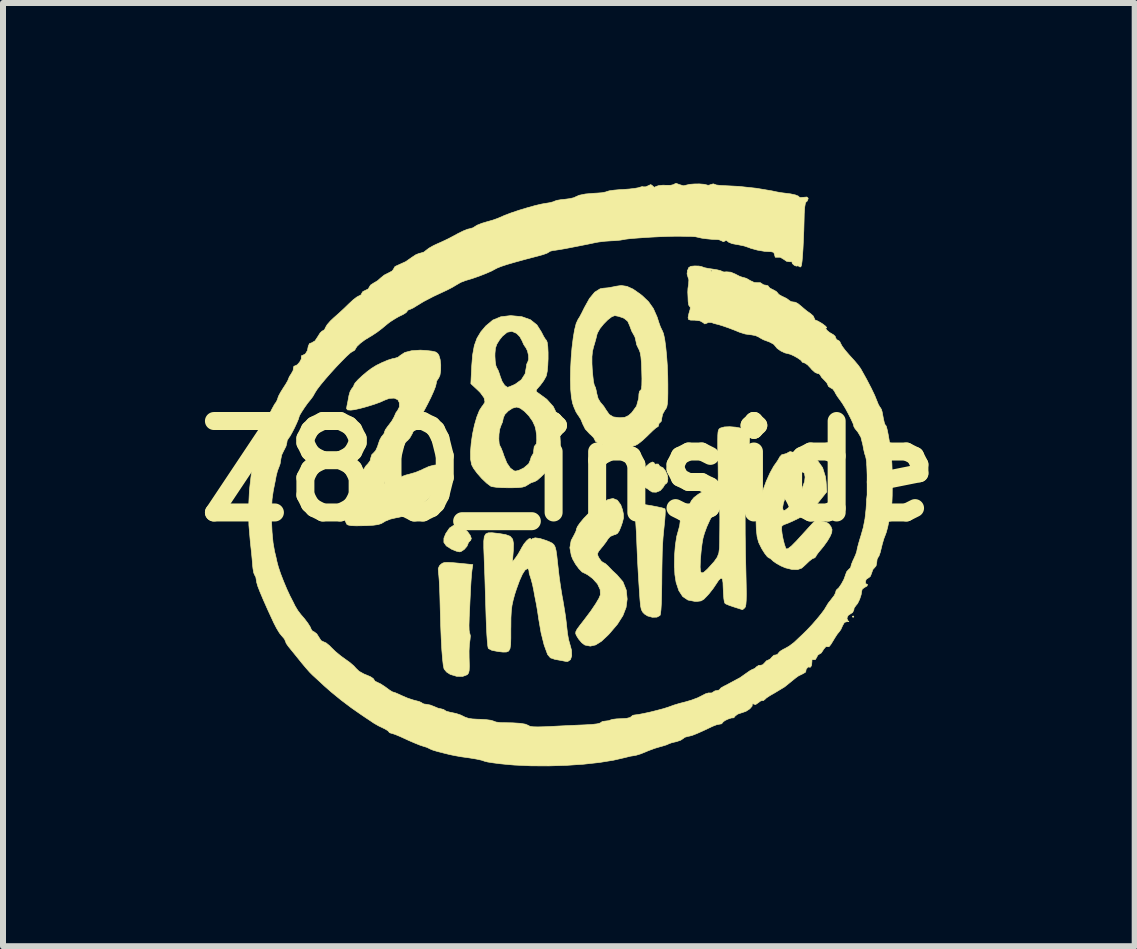
<source format=kicad_pcb>
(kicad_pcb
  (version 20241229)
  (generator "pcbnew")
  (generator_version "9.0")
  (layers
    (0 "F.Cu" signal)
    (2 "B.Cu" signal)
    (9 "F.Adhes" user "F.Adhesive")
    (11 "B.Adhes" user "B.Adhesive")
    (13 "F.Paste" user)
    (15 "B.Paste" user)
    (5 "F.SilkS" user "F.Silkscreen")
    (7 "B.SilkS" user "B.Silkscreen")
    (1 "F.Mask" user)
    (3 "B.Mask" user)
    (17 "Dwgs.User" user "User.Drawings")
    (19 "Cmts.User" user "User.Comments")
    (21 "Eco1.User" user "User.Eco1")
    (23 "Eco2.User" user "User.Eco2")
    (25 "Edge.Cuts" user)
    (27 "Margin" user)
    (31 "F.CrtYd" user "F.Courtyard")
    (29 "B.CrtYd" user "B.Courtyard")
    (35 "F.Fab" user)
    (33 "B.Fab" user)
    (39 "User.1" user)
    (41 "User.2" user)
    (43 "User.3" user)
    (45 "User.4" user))
  (footprint "Z80_inside"
    (layer "F.Cu")
    (at 6.43 4.801)
    (property "Reference" "Z80_inside" (at 0 0 0) (layer "F.SilkS") (effects (font (size 1.524 1.524) (thickness 0.3))))
    (attr through_hole)
    (fp_poly (pts (xy 4.75 2.426) (xy 4.737 2.438) (xy 4.724 2.426) (xy 4.737 2.413) (xy 4.75 2.426)) (stroke (width 0.01) (type solid)) (fill yes) (layer "F.SilkS"))
    (fp_poly (pts (xy -1.839 0.907) (xy -1.751 0.954) (xy -1.688 1.009) (xy -1.644 1.07) (xy -1.625 1.123) (xy -1.638 1.158) (xy -1.647 1.163) (xy -1.675 1.192) (xy -1.677 1.202) (xy -1.698 1.253) (xy -1.744 1.306) (xy -1.798 1.341) (xy -1.82 1.346) (xy -1.873 1.335) (xy -1.942 1.307) (xy -1.954 1.302) (xy -2.042 1.246) (xy -2.083 1.188) (xy -2.082 1.117) (xy -2.051 1.041) (xy -1.988 0.948) (xy -1.919 0.903) (xy -1.839 0.907)) (stroke (width 0.01) (type solid)) (fill yes) (layer "F.SilkS"))
    (fp_poly (pts (xy 1.419 -0.143) (xy 1.422 -0.128) (xy 1.441 -0.114) (xy 1.46 -0.118) (xy 1.493 -0.117) (xy 1.499 -0.104) (xy 1.518 -0.078) (xy 1.526 -0.076) (xy 1.571 -0.054) (xy 1.613 0.001) (xy 1.643 0.072) (xy 1.65 0.121) (xy 1.644 0.177) (xy 1.629 0.203) (xy 1.627 0.203) (xy 1.6 0.224) (xy 1.57 0.273) (xy 1.523 0.325) (xy 1.455 0.352) (xy 1.388 0.349) (xy 1.355 0.328) (xy 1.309 0.294) (xy 1.266 0.269) (xy 1.229 0.242) (xy 1.212 0.198) (xy 1.208 0.122) (xy 1.208 0.119) (xy 1.217 0.03) (xy 1.248 -0.035) (xy 1.283 -0.076) (xy 1.343 -0.128) (xy 1.391 -0.152) (xy 1.419 -0.143)) (stroke (width 0.01) (type solid)) (fill yes) (layer "F.SilkS"))
    (fp_poly (pts (xy 1.3 0.564) (xy 1.38 0.577) (xy 1.477 0.596) (xy 1.554 0.613) (xy 1.598 0.627) (xy 1.602 0.63) (xy 1.607 0.662) (xy 1.605 0.731) (xy 1.598 0.825) (xy 1.594 0.864) (xy 1.581 0.992) (xy 1.57 1.106) (xy 1.563 1.218) (xy 1.557 1.336) (xy 1.554 1.473) (xy 1.551 1.639) (xy 1.549 1.844) (xy 1.549 1.867) (xy 1.546 2.049) (xy 1.542 2.199) (xy 1.535 2.312) (xy 1.526 2.384) (xy 1.519 2.406) (xy 1.467 2.434) (xy 1.391 2.436) (xy 1.312 2.414) (xy 1.26 2.381) (xy 1.229 2.348) (xy 1.208 2.307) (xy 1.195 2.246) (xy 1.186 2.152) (xy 1.182 2.095) (xy 1.168 1.885) (xy 1.157 1.707) (xy 1.148 1.544) (xy 1.14 1.377) (xy 1.132 1.188) (xy 1.131 1.156) (xy 1.125 1.019) (xy 1.117 0.895) (xy 1.11 0.794) (xy 1.104 0.729) (xy 1.102 0.72) (xy 1.105 0.635) (xy 1.13 0.591) (xy 1.154 0.567) (xy 1.182 0.555) (xy 1.227 0.554) (xy 1.3 0.564)) (stroke (width 0.01) (type solid)) (fill yes) (layer "F.SilkS"))
    (fp_poly (pts (xy -1.942 1.525) (xy -1.843 1.534) (xy -1.6 1.558) (xy -1.614 1.649) (xy -1.621 1.714) (xy -1.629 1.814) (xy -1.636 1.931) (xy -1.639 1.994) (xy -1.646 2.136) (xy -1.653 2.291) (xy -1.66 2.431) (xy -1.661 2.467) (xy -1.664 2.569) (xy -1.662 2.651) (xy -1.654 2.701) (xy -1.65 2.708) (xy -1.641 2.746) (xy -1.647 2.812) (xy -1.649 2.825) (xy -1.658 2.896) (xy -1.663 2.997) (xy -1.662 3.111) (xy -1.661 3.14) (xy -1.658 3.25) (xy -1.661 3.321) (xy -1.671 3.364) (xy -1.691 3.39) (xy -1.696 3.394) (xy -1.77 3.422) (xy -1.87 3.42) (xy -1.976 3.388) (xy -2.038 3.348) (xy -2.078 3.299) (xy -2.08 3.295) (xy -2.093 3.235) (xy -2.105 3.128) (xy -2.117 2.979) (xy -2.127 2.792) (xy -2.136 2.572) (xy -2.143 2.323) (xy -2.145 2.248) (xy -2.149 2.093) (xy -2.154 1.95) (xy -2.16 1.829) (xy -2.167 1.74) (xy -2.172 1.698) (xy -2.177 1.627) (xy -2.157 1.579) (xy -2.137 1.558) (xy -2.109 1.536) (xy -2.075 1.524) (xy -2.023 1.521) (xy -1.942 1.525)) (stroke (width 0.01) (type solid)) (fill yes) (layer "F.SilkS"))
    (fp_poly (pts (xy 0.808 0.485) (xy 0.865 0.562) (xy 0.894 0.643) (xy 0.91 0.719) (xy 0.911 0.781) (xy 0.893 0.853) (xy 0.874 0.91) (xy 0.841 0.993) (xy 0.811 1.038) (xy 0.775 1.058) (xy 0.754 1.062) (xy 0.69 1.089) (xy 0.656 1.126) (xy 0.622 1.178) (xy 0.57 1.247) (xy 0.544 1.278) (xy 0.496 1.337) (xy 0.478 1.376) (xy 0.484 1.411) (xy 0.504 1.45) (xy 0.54 1.5) (xy 0.572 1.524) (xy 0.574 1.524) (xy 0.607 1.541) (xy 0.655 1.584) (xy 0.664 1.594) (xy 0.728 1.661) (xy 0.799 1.726) (xy 0.801 1.728) (xy 0.901 1.844) (xy 0.957 1.984) (xy 0.972 2.133) (xy 0.954 2.271) (xy 0.901 2.408) (xy 0.809 2.553) (xy 0.674 2.711) (xy 0.653 2.733) (xy 0.542 2.837) (xy 0.446 2.897) (xy 0.358 2.917) (xy 0.272 2.9) (xy 0.264 2.897) (xy 0.216 2.861) (xy 0.165 2.801) (xy 0.153 2.783) (xy 0.127 2.741) (xy 0.114 2.709) (xy 0.116 2.677) (xy 0.137 2.635) (xy 0.182 2.574) (xy 0.252 2.484) (xy 0.267 2.464) (xy 0.367 2.331) (xy 0.446 2.214) (xy 0.501 2.121) (xy 0.525 2.063) (xy 0.522 1.975) (xy 0.478 1.881) (xy 0.397 1.791) (xy 0.38 1.778) (xy 0.32 1.733) (xy 0.274 1.706) (xy 0.262 1.702) (xy 0.22 1.681) (xy 0.167 1.626) (xy 0.112 1.551) (xy 0.065 1.468) (xy 0.041 1.408) (xy 0.017 1.277) (xy 0.038 1.158) (xy 0.093 1.055) (xy 0.12 0.999) (xy 0.127 0.965) (xy 0.144 0.924) (xy 0.188 0.861) (xy 0.248 0.789) (xy 0.313 0.721) (xy 0.371 0.669) (xy 0.408 0.647) (xy 0.456 0.621) (xy 0.521 0.573) (xy 0.553 0.544) (xy 0.65 0.475) (xy 0.736 0.456) (xy 0.808 0.485)) (stroke (width 0.01) (type solid)) (fill yes) (layer "F.SilkS"))
    (fp_poly (pts (xy -1.192 1.037) (xy -1.17 1.039) (xy -1.052 1.059) (xy -0.977 1.087) (xy -0.936 1.135) (xy -0.922 1.211) (xy -0.925 1.326) (xy -0.926 1.333) (xy -0.94 1.511) (xy -0.889 1.448) (xy -0.846 1.385) (xy -0.799 1.303) (xy -0.785 1.276) (xy -0.748 1.215) (xy -0.705 1.163) (xy -0.666 1.129) (xy -0.64 1.122) (xy -0.635 1.134) (xy -0.621 1.137) (xy -0.607 1.125) (xy -0.561 1.112) (xy -0.482 1.123) (xy -0.378 1.156) (xy -0.313 1.183) (xy -0.276 1.202) (xy -0.249 1.227) (xy -0.229 1.264) (xy -0.213 1.324) (xy -0.2 1.414) (xy -0.186 1.542) (xy -0.178 1.613) (xy -0.162 1.754) (xy -0.139 1.918) (xy -0.113 2.078) (xy -0.1 2.146) (xy -0.077 2.283) (xy -0.055 2.423) (xy -0.04 2.546) (xy -0.034 2.603) (xy -0.022 2.71) (xy -0.004 2.811) (xy 0.015 2.877) (xy 0.045 2.987) (xy 0.048 3.078) (xy 0.027 3.142) (xy -0.017 3.172) (xy -0.047 3.172) (xy -0.084 3.165) (xy -0.102 3.161) (xy -0.152 3.152) (xy -0.223 3.139) (xy -0.231 3.138) (xy -0.307 3.112) (xy -0.353 3.058) (xy -0.355 3.054) (xy -0.412 2.898) (xy -0.463 2.694) (xy -0.506 2.444) (xy -0.508 2.426) (xy -0.522 2.332) (xy -0.536 2.249) (xy -0.543 2.21) (xy -0.555 2.15) (xy -0.572 2.063) (xy -0.584 1.994) (xy -0.604 1.897) (xy -0.627 1.809) (xy -0.641 1.765) (xy -0.661 1.703) (xy -0.665 1.658) (xy -0.665 1.657) (xy -0.678 1.629) (xy -0.693 1.626) (xy -0.73 1.65) (xy -0.774 1.718) (xy -0.822 1.825) (xy -0.873 1.965) (xy -0.903 2.057) (xy -0.929 2.154) (xy -0.948 2.242) (xy -0.959 2.334) (xy -0.965 2.444) (xy -0.966 2.587) (xy -0.967 2.633) (xy -0.967 2.783) (xy -0.97 2.89) (xy -0.981 2.959) (xy -1.003 2.999) (xy -1.041 3.015) (xy -1.098 3.016) (xy -1.179 3.007) (xy -1.184 3.006) (xy -1.282 2.987) (xy -1.337 2.959) (xy -1.344 2.949) (xy -1.351 2.913) (xy -1.359 2.833) (xy -1.367 2.719) (xy -1.374 2.578) (xy -1.38 2.418) (xy -1.382 2.349) (xy -1.388 2.157) (xy -1.394 1.955) (xy -1.4 1.758) (xy -1.407 1.581) (xy -1.412 1.439) (xy -1.412 1.434) (xy -1.418 1.278) (xy -1.418 1.166) (xy -1.409 1.091) (xy -1.385 1.048) (xy -1.344 1.029) (xy -1.281 1.027) (xy -1.192 1.037)) (stroke (width 0.01) (type solid)) (fill yes) (layer "F.SilkS"))
    (fp_poly (pts (xy 3.743 -0.311) (xy 3.749 -0.308) (xy 3.815 -0.291) (xy 3.865 -0.293) (xy 3.918 -0.292) (xy 3.993 -0.271) (xy 4.027 -0.256) (xy 4.146 -0.174) (xy 4.229 -0.057) (xy 4.277 0.096) (xy 4.287 0.178) (xy 4.299 0.345) (xy 4.16 0.518) (xy 4.077 0.615) (xy 4 0.685) (xy 3.911 0.743) (xy 3.82 0.79) (xy 3.727 0.835) (xy 3.649 0.869) (xy 3.6 0.887) (xy 3.591 0.889) (xy 3.557 0.909) (xy 3.548 0.924) (xy 3.545 0.97) (xy 3.554 1.046) (xy 3.571 1.135) (xy 3.592 1.219) (xy 3.613 1.28) (xy 3.624 1.298) (xy 3.653 1.292) (xy 3.711 1.247) (xy 3.797 1.16) (xy 3.838 1.115) (xy 3.919 1.026) (xy 3.992 0.946) (xy 4.047 0.886) (xy 4.071 0.86) (xy 4.103 0.833) (xy 4.143 0.824) (xy 4.205 0.832) (xy 4.295 0.854) (xy 4.336 0.883) (xy 4.368 0.926) (xy 4.386 0.974) (xy 4.381 1.024) (xy 4.356 1.084) (xy 4.312 1.16) (xy 4.25 1.247) (xy 4.213 1.293) (xy 4.16 1.356) (xy 4.124 1.406) (xy 4.115 1.426) (xy 4.095 1.447) (xy 4.087 1.448) (xy 4.052 1.464) (xy 4.001 1.505) (xy 3.988 1.518) (xy 3.932 1.571) (xy 3.886 1.612) (xy 3.88 1.617) (xy 3.813 1.641) (xy 3.718 1.639) (xy 3.609 1.612) (xy 3.536 1.581) (xy 3.462 1.54) (xy 3.406 1.501) (xy 3.388 1.484) (xy 3.353 1.453) (xy 3.337 1.448) (xy 3.307 1.426) (xy 3.264 1.371) (xy 3.216 1.295) (xy 3.173 1.209) (xy 3.162 1.185) (xy 3.138 1.095) (xy 3.124 0.974) (xy 3.12 0.841) (xy 3.127 0.716) (xy 3.136 0.659) (xy 3.148 0.612) (xy 3.562 0.612) (xy 3.572 0.652) (xy 3.601 0.654) (xy 3.651 0.616) (xy 3.786 0.461) (xy 3.879 0.312) (xy 3.929 0.173) (xy 3.937 0.099) (xy 3.926 0.036) (xy 3.897 0.014) (xy 3.853 0.032) (xy 3.798 0.086) (xy 3.736 0.173) (xy 3.672 0.29) (xy 3.658 0.319) (xy 3.606 0.441) (xy 3.574 0.541) (xy 3.562 0.612) (xy 3.148 0.612) (xy 3.177 0.497) (xy 3.23 0.33) (xy 3.29 0.169) (xy 3.353 0.029) (xy 3.413 -0.079) (xy 3.429 -0.102) (xy 3.475 -0.167) (xy 3.508 -0.223) (xy 3.513 -0.235) (xy 3.548 -0.273) (xy 3.576 -0.279) (xy 3.632 -0.295) (xy 3.652 -0.309) (xy 3.688 -0.326) (xy 3.743 -0.311)) (stroke (width 0.01) (type solid)) (fill yes) (layer "F.SilkS"))
    (fp_poly (pts (xy 2.781 -0.732) (xy 2.877 -0.714) (xy 2.956 -0.688) (xy 3.002 -0.657) (xy 3.006 -0.649) (xy 3.012 -0.615) (xy 3.013 -0.555) (xy 3.008 -0.463) (xy 2.997 -0.334) (xy 2.98 -0.161) (xy 2.975 -0.114) (xy 2.959 0.065) (xy 2.948 0.266) (xy 2.941 0.494) (xy 2.938 0.753) (xy 2.939 1.048) (xy 2.944 1.385) (xy 2.952 1.726) (xy 2.956 1.91) (xy 2.958 2.05) (xy 2.956 2.151) (xy 2.951 2.219) (xy 2.943 2.26) (xy 2.932 2.278) (xy 2.901 2.305) (xy 2.891 2.309) (xy 2.864 2.3) (xy 2.804 2.281) (xy 2.751 2.264) (xy 2.674 2.238) (xy 2.619 2.215) (xy 2.602 2.204) (xy 2.592 2.18) (xy 2.583 2.125) (xy 2.576 2.033) (xy 2.57 1.898) (xy 2.569 1.861) (xy 2.559 1.798) (xy 2.536 1.783) (xy 2.498 1.817) (xy 2.459 1.876) (xy 2.405 1.956) (xy 2.337 2.043) (xy 2.309 2.074) (xy 2.251 2.134) (xy 2.203 2.163) (xy 2.143 2.171) (xy 2.098 2.171) (xy 1.985 2.149) (xy 1.898 2.091) (xy 1.833 1.992) (xy 1.787 1.853) (xy 1.767 1.725) (xy 1.761 1.599) (xy 2.188 1.599) (xy 2.194 1.672) (xy 2.214 1.699) (xy 2.251 1.685) (xy 2.311 1.631) (xy 2.344 1.595) (xy 2.423 1.507) (xy 2.472 1.437) (xy 2.499 1.368) (xy 2.51 1.282) (xy 2.513 1.181) (xy 2.515 0.997) (xy 2.516 0.857) (xy 2.516 0.756) (xy 2.514 0.688) (xy 2.511 0.646) (xy 2.505 0.625) (xy 2.496 0.62) (xy 2.485 0.623) (xy 2.477 0.626) (xy 2.441 0.659) (xy 2.396 0.728) (xy 2.347 0.822) (xy 2.299 0.928) (xy 2.26 1.034) (xy 2.236 1.118) (xy 2.22 1.211) (xy 2.205 1.332) (xy 2.194 1.457) (xy 2.192 1.48) (xy 2.188 1.599) (xy 1.761 1.599) (xy 1.759 1.568) (xy 1.762 1.399) (xy 1.775 1.234) (xy 1.798 1.087) (xy 1.827 0.983) (xy 1.847 0.909) (xy 1.854 0.851) (xy 1.861 0.802) (xy 1.873 0.783) (xy 1.895 0.757) (xy 1.932 0.699) (xy 1.977 0.62) (xy 2.022 0.534) (xy 2.043 0.492) (xy 2.086 0.44) (xy 2.158 0.385) (xy 2.241 0.337) (xy 2.318 0.309) (xy 2.346 0.305) (xy 2.413 0.29) (xy 2.448 0.272) (xy 2.468 0.252) (xy 2.48 0.22) (xy 2.487 0.166) (xy 2.489 0.082) (xy 2.488 -0.043) (xy 2.488 -0.065) (xy 2.484 -0.258) (xy 2.481 -0.407) (xy 2.481 -0.518) (xy 2.482 -0.596) (xy 2.486 -0.649) (xy 2.493 -0.681) (xy 2.503 -0.7) (xy 2.517 -0.712) (xy 2.528 -0.718) (xy 2.592 -0.736) (xy 2.681 -0.74) (xy 2.781 -0.732)) (stroke (width 0.01) (type solid)) (fill yes) (layer "F.SilkS"))
    (fp_poly (pts (xy 0.968 -3.079) (xy 1.07 -3.033) (xy 1.189 -2.95) (xy 1.222 -2.924) (xy 1.328 -2.823) (xy 1.408 -2.71) (xy 1.471 -2.568) (xy 1.5 -2.477) (xy 1.526 -2.404) (xy 1.552 -2.35) (xy 1.557 -2.341) (xy 1.577 -2.292) (xy 1.597 -2.201) (xy 1.614 -2.076) (xy 1.629 -1.926) (xy 1.641 -1.759) (xy 1.648 -1.585) (xy 1.65 -1.445) (xy 1.65 -1.299) (xy 1.648 -1.194) (xy 1.642 -1.122) (xy 1.633 -1.073) (xy 1.618 -1.04) (xy 1.6 -1.016) (xy 1.563 -0.949) (xy 1.549 -0.885) (xy 1.542 -0.833) (xy 1.524 -0.813) (xy 1.501 -0.792) (xy 1.499 -0.775) (xy 1.487 -0.741) (xy 1.477 -0.737) (xy 1.45 -0.72) (xy 1.398 -0.674) (xy 1.331 -0.609) (xy 1.307 -0.585) (xy 1.23 -0.513) (xy 1.158 -0.456) (xy 1.104 -0.425) (xy 1.094 -0.422) (xy 0.914 -0.399) (xy 0.749 -0.398) (xy 0.686 -0.405) (xy 0.578 -0.429) (xy 0.493 -0.462) (xy 0.442 -0.499) (xy 0.432 -0.523) (xy 0.413 -0.558) (xy 0.366 -0.605) (xy 0.347 -0.621) (xy 0.274 -0.7) (xy 0.233 -0.782) (xy 0.201 -0.86) (xy 0.16 -0.925) (xy 0.154 -0.932) (xy 0.12 -0.985) (xy 0.084 -1.068) (xy 0.061 -1.134) (xy 0.042 -1.235) (xy 0.03 -1.369) (xy 0.026 -1.527) (xy 0.029 -1.7) (xy 0.038 -1.878) (xy 0.04 -1.907) (xy 0.385 -1.907) (xy 0.385 -1.792) (xy 0.39 -1.694) (xy 0.4 -1.585) (xy 0.41 -1.496) (xy 0.422 -1.439) (xy 0.428 -1.424) (xy 0.444 -1.392) (xy 0.459 -1.329) (xy 0.464 -1.299) (xy 0.487 -1.211) (xy 0.526 -1.145) (xy 0.531 -1.14) (xy 0.582 -1.08) (xy 0.622 -1.017) (xy 0.674 -0.943) (xy 0.742 -0.903) (xy 0.843 -0.89) (xy 0.856 -0.89) (xy 0.934 -0.897) (xy 0.995 -0.926) (xy 1.049 -0.975) (xy 1.128 -1.083) (xy 1.164 -1.215) (xy 1.168 -1.286) (xy 1.178 -1.332) (xy 1.196 -1.346) (xy 1.209 -1.367) (xy 1.216 -1.431) (xy 1.218 -1.541) (xy 1.215 -1.659) (xy 1.21 -1.803) (xy 1.201 -1.906) (xy 1.188 -1.977) (xy 1.17 -2.025) (xy 1.162 -2.039) (xy 1.13 -2.106) (xy 1.118 -2.166) (xy 1.102 -2.234) (xy 1.08 -2.275) (xy 1.048 -2.332) (xy 1.019 -2.409) (xy 1.015 -2.421) (xy 0.981 -2.497) (xy 0.924 -2.544) (xy 0.901 -2.555) (xy 0.829 -2.579) (xy 0.768 -2.591) (xy 0.763 -2.591) (xy 0.713 -2.571) (xy 0.647 -2.52) (xy 0.579 -2.451) (xy 0.518 -2.375) (xy 0.478 -2.304) (xy 0.469 -2.278) (xy 0.451 -2.204) (xy 0.425 -2.112) (xy 0.413 -2.074) (xy 0.394 -1.996) (xy 0.385 -1.907) (xy 0.04 -1.907) (xy 0.052 -2.052) (xy 0.072 -2.214) (xy 0.095 -2.353) (xy 0.122 -2.46) (xy 0.153 -2.527) (xy 0.156 -2.532) (xy 0.181 -2.571) (xy 0.218 -2.641) (xy 0.259 -2.724) (xy 0.344 -2.877) (xy 0.431 -2.982) (xy 0.521 -3.038) (xy 0.576 -3.048) (xy 0.654 -3.055) (xy 0.747 -3.072) (xy 0.774 -3.079) (xy 0.873 -3.093) (xy 0.968 -3.079)) (stroke (width 0.01) (type solid)) (fill yes) (layer "F.SilkS"))
    (fp_poly (pts (xy -2.376 -2.01) (xy -2.28 -1.999) (xy -2.221 -1.985) (xy -2.187 -1.962) (xy -2.166 -1.93) (xy -2.145 -1.86) (xy -2.135 -1.77) (xy -2.136 -1.677) (xy -2.148 -1.598) (xy -2.17 -1.55) (xy -2.172 -1.549) (xy -2.203 -1.5) (xy -2.21 -1.461) (xy -2.222 -1.41) (xy -2.254 -1.328) (xy -2.3 -1.226) (xy -2.354 -1.118) (xy -2.409 -1.014) (xy -2.46 -0.927) (xy -2.501 -0.869) (xy -2.513 -0.857) (xy -2.553 -0.806) (xy -2.565 -0.761) (xy -2.578 -0.7) (xy -2.609 -0.625) (xy -2.649 -0.555) (xy -2.689 -0.508) (xy -2.702 -0.5) (xy -2.728 -0.47) (xy -2.759 -0.405) (xy -2.78 -0.345) (xy -2.809 -0.263) (xy -2.839 -0.214) (xy -2.855 -0.203) (xy -2.894 -0.18) (xy -2.917 -0.121) (xy -2.921 -0.078) (xy -2.938 -0.032) (xy -2.979 0.027) (xy -2.997 0.047) (xy -3.045 0.108) (xy -3.071 0.164) (xy -3.073 0.178) (xy -3.065 0.213) (xy -3.032 0.219) (xy -3.004 0.213) (xy -2.925 0.188) (xy -2.854 0.155) (xy -2.806 0.122) (xy -2.794 0.103) (xy -2.771 0.086) (xy -2.713 0.065) (xy -2.661 0.052) (xy -2.557 0.022) (xy -2.452 -0.021) (xy -2.417 -0.039) (xy -2.332 -0.077) (xy -2.248 -0.099) (xy -2.219 -0.102) (xy -2.134 -0.102) (xy -2.134 0.028) (xy -2.158 0.181) (xy -2.229 0.328) (xy -2.342 0.462) (xy -2.377 0.493) (xy -2.438 0.549) (xy -2.479 0.597) (xy -2.489 0.619) (xy -2.512 0.648) (xy -2.572 0.683) (xy -2.657 0.719) (xy -2.754 0.751) (xy -2.852 0.774) (xy -2.883 0.779) (xy -2.974 0.8) (xy -3.056 0.833) (xy -3.082 0.849) (xy -3.125 0.874) (xy -3.179 0.891) (xy -3.257 0.902) (xy -3.369 0.909) (xy -3.413 0.91) (xy -3.543 0.912) (xy -3.629 0.909) (xy -3.68 0.898) (xy -3.701 0.885) (xy -3.743 0.797) (xy -3.747 0.692) (xy -3.713 0.582) (xy -3.656 0.495) (xy -3.62 0.435) (xy -3.594 0.358) (xy -3.594 0.356) (xy -3.57 0.279) (xy -3.53 0.182) (xy -3.481 0.08) (xy -3.429 -0.014) (xy -3.382 -0.087) (xy -3.349 -0.122) (xy -3.312 -0.172) (xy -3.302 -0.216) (xy -3.284 -0.274) (xy -3.254 -0.303) (xy -3.219 -0.342) (xy -3.188 -0.41) (xy -3.179 -0.44) (xy -3.153 -0.516) (xy -3.123 -0.572) (xy -3.112 -0.584) (xy -3.079 -0.627) (xy -3.073 -0.65) (xy -3.058 -0.689) (xy -3.018 -0.746) (xy -3.001 -0.767) (xy -2.95 -0.835) (xy -2.914 -0.899) (xy -2.908 -0.913) (xy -2.88 -0.976) (xy -2.854 -1.01) (xy -2.824 -1.07) (xy -2.825 -1.14) (xy -2.85 -1.189) (xy -2.91 -1.216) (xy -2.992 -1.212) (xy -3.069 -1.183) (xy -3.142 -1.15) (xy -3.244 -1.113) (xy -3.36 -1.077) (xy -3.474 -1.046) (xy -3.571 -1.024) (xy -3.634 -1.016) (xy -3.688 -1.02) (xy -3.705 -1.042) (xy -3.698 -1.086) (xy -3.683 -1.16) (xy -3.667 -1.246) (xy -3.667 -1.251) (xy -3.647 -1.321) (xy -3.621 -1.37) (xy -3.616 -1.374) (xy -3.586 -1.416) (xy -3.581 -1.435) (xy -3.563 -1.468) (xy -3.513 -1.523) (xy -3.443 -1.589) (xy -3.361 -1.658) (xy -3.286 -1.714) (xy -3.208 -1.762) (xy -3.112 -1.809) (xy -3.017 -1.849) (xy -2.938 -1.874) (xy -2.906 -1.879) (xy -2.848 -1.897) (xy -2.809 -1.928) (xy -2.734 -1.977) (xy -2.621 -2.006) (xy -2.476 -2.016) (xy -2.376 -2.01)) (stroke (width 0.01) (type solid)) (fill yes) (layer "F.SilkS"))
    (fp_poly (pts (xy -0.785 -2.574) (xy -0.641 -2.523) (xy -0.532 -2.436) (xy -0.457 -2.317) (xy -0.421 -2.246) (xy -0.389 -2.195) (xy -0.376 -2.182) (xy -0.361 -2.148) (xy -0.351 -2.076) (xy -0.346 -1.979) (xy -0.346 -1.87) (xy -0.351 -1.76) (xy -0.36 -1.664) (xy -0.374 -1.594) (xy -0.379 -1.58) (xy -0.42 -1.506) (xy -0.477 -1.429) (xy -0.489 -1.416) (xy -0.534 -1.364) (xy -0.546 -1.335) (xy -0.53 -1.314) (xy -0.521 -1.309) (xy -0.369 -1.198) (xy -0.259 -1.075) (xy -0.195 -0.942) (xy -0.194 -0.94) (xy -0.178 -0.859) (xy -0.163 -0.746) (xy -0.15 -0.619) (xy -0.143 -0.494) (xy -0.142 -0.416) (xy -0.151 -0.318) (xy -0.183 -0.238) (xy -0.222 -0.178) (xy -0.3 -0.08) (xy -0.382 0.014) (xy -0.461 0.093) (xy -0.527 0.151) (xy -0.573 0.177) (xy -0.58 0.178) (xy -0.629 0.194) (xy -0.686 0.229) (xy -0.724 0.252) (xy -0.773 0.267) (xy -0.844 0.275) (xy -0.95 0.278) (xy -1.003 0.278) (xy -1.116 0.276) (xy -1.213 0.269) (xy -1.28 0.259) (xy -1.301 0.252) (xy -1.37 0.2) (xy -1.45 0.124) (xy -1.527 0.037) (xy -1.588 -0.046) (xy -1.62 -0.106) (xy -1.638 -0.199) (xy -1.639 -0.323) (xy -1.627 -0.466) (xy -1.618 -0.53) (xy -1.167 -0.53) (xy -1.161 -0.457) (xy -1.147 -0.418) (xy -1.128 -0.382) (xy -1.101 -0.314) (xy -1.081 -0.254) (xy -1.033 -0.135) (xy -0.975 -0.05) (xy -0.914 -0.005) (xy -0.886 0) (xy -0.836 -0.012) (xy -0.769 -0.043) (xy -0.749 -0.054) (xy -0.67 -0.121) (xy -0.643 -0.182) (xy -0.626 -0.239) (xy -0.606 -0.269) (xy -0.59 -0.301) (xy -0.584 -0.357) (xy -0.577 -0.41) (xy -0.559 -0.432) (xy -0.542 -0.454) (xy -0.535 -0.513) (xy -0.537 -0.593) (xy -0.549 -0.681) (xy -0.564 -0.745) (xy -0.604 -0.832) (xy -0.666 -0.92) (xy -0.739 -0.996) (xy -0.812 -1.049) (xy -0.87 -1.067) (xy -0.938 -1.049) (xy -1.009 -1.003) (xy -1.066 -0.945) (xy -1.093 -0.886) (xy -1.093 -0.88) (xy -1.106 -0.817) (xy -1.13 -0.762) (xy -1.151 -0.702) (xy -1.164 -0.618) (xy -1.167 -0.53) (xy -1.618 -0.53) (xy -1.605 -0.618) (xy -1.573 -0.768) (xy -1.534 -0.902) (xy -1.49 -1.012) (xy -1.443 -1.084) (xy -1.433 -1.094) (xy -1.398 -1.15) (xy -1.412 -1.22) (xy -1.474 -1.306) (xy -1.515 -1.347) (xy -1.633 -1.457) (xy -1.618 -1.761) (xy -1.605 -1.919) (xy -1.232 -1.919) (xy -1.227 -1.83) (xy -1.216 -1.758) (xy -1.203 -1.725) (xy -1.178 -1.679) (xy -1.152 -1.607) (xy -1.145 -1.582) (xy -1.112 -1.494) (xy -1.069 -1.428) (xy -1.026 -1.398) (xy -1.019 -1.397) (xy -0.987 -1.407) (xy -0.926 -1.433) (xy -0.894 -1.448) (xy -0.792 -1.522) (xy -0.729 -1.621) (xy -0.711 -1.721) (xy -0.702 -1.783) (xy -0.684 -1.82) (xy -0.67 -1.864) (xy -0.673 -1.932) (xy -0.69 -2.004) (xy -0.717 -2.059) (xy -0.723 -2.065) (xy -0.753 -2.111) (xy -0.779 -2.171) (xy -0.817 -2.24) (xy -0.872 -2.296) (xy -0.949 -2.329) (xy -1.027 -2.314) (xy -1.106 -2.249) (xy -1.155 -2.188) (xy -1.2 -2.116) (xy -1.223 -2.049) (xy -1.231 -1.964) (xy -1.232 -1.919) (xy -1.605 -1.919) (xy -1.602 -1.946) (xy -1.575 -2.093) (xy -1.531 -2.214) (xy -1.466 -2.322) (xy -1.384 -2.419) (xy -1.267 -2.517) (xy -1.134 -2.572) (xy -0.973 -2.591) (xy -0.966 -2.591) (xy -0.785 -2.574)) (stroke (width 0.01) (type solid)) (fill yes) (layer "F.SilkS"))
    (fp_poly (pts (xy 1.84 -4.776) (xy 1.909 -4.755) (xy 1.962 -4.767) (xy 2.014 -4.779) (xy 2.091 -4.785) (xy 2.176 -4.786) (xy 2.252 -4.78) (xy 2.299 -4.769) (xy 2.304 -4.766) (xy 2.335 -4.764) (xy 2.362 -4.775) (xy 2.407 -4.787) (xy 2.425 -4.781) (xy 2.46 -4.768) (xy 2.523 -4.761) (xy 2.536 -4.76) (xy 2.833 -4.745) (xy 3.122 -4.714) (xy 3.385 -4.67) (xy 3.454 -4.655) (xy 3.529 -4.641) (xy 3.594 -4.633) (xy 3.696 -4.62) (xy 3.777 -4.602) (xy 3.826 -4.582) (xy 3.835 -4.57) (xy 3.857 -4.559) (xy 3.909 -4.563) (xy 3.912 -4.563) (xy 3.967 -4.568) (xy 3.987 -4.549) (xy 3.988 -4.539) (xy 3.971 -4.498) (xy 3.957 -4.49) (xy 3.942 -4.465) (xy 3.931 -4.4) (xy 3.923 -4.292) (xy 3.92 -4.164) (xy 3.916 -4.012) (xy 3.909 -3.851) (xy 3.902 -3.702) (xy 3.896 -3.613) (xy 3.887 -3.502) (xy 3.878 -3.435) (xy 3.866 -3.404) (xy 3.851 -3.402) (xy 3.845 -3.407) (xy 3.816 -3.423) (xy 3.81 -3.419) (xy 3.791 -3.416) (xy 3.758 -3.429) (xy 3.724 -3.459) (xy 3.72 -3.479) (xy 3.712 -3.491) (xy 3.685 -3.488) (xy 3.629 -3.496) (xy 3.586 -3.526) (xy 3.523 -3.564) (xy 3.482 -3.564) (xy 3.44 -3.564) (xy 3.429 -3.601) (xy 3.429 -3.604) (xy 3.414 -3.646) (xy 3.372 -3.656) (xy 3.263 -3.662) (xy 3.141 -3.683) (xy 3.032 -3.713) (xy 3.002 -3.725) (xy 2.922 -3.752) (xy 2.826 -3.772) (xy 2.799 -3.776) (xy 2.721 -3.791) (xy 2.664 -3.814) (xy 2.65 -3.826) (xy 2.62 -3.848) (xy 2.604 -3.836) (xy 2.574 -3.822) (xy 2.556 -3.833) (xy 2.505 -3.855) (xy 2.475 -3.859) (xy 2.392 -3.862) (xy 2.299 -3.871) (xy 2.216 -3.882) (xy 2.162 -3.894) (xy 2.159 -3.895) (xy 2.108 -3.906) (xy 2.037 -3.911) (xy 2.032 -3.911) (xy 1.939 -3.912) (xy 1.854 -3.914) (xy 1.767 -3.914) (xy 1.65 -3.911) (xy 1.515 -3.906) (xy 1.371 -3.899) (xy 1.231 -3.89) (xy 1.105 -3.881) (xy 1.004 -3.872) (xy 0.94 -3.864) (xy 0.927 -3.861) (xy 0.857 -3.849) (xy 0.763 -3.84) (xy 0.711 -3.838) (xy 0.605 -3.831) (xy 0.498 -3.818) (xy 0.457 -3.811) (xy 0.323 -3.783) (xy 0.147 -3.748) (xy -0.064 -3.707) (xy -0.152 -3.692) (xy -0.229 -3.68) (xy -0.254 -3.678) (xy -0.309 -3.665) (xy -0.333 -3.65) (xy -0.365 -3.631) (xy -0.43 -3.608) (xy -0.486 -3.592) (xy -0.711 -3.533) (xy -0.89 -3.484) (xy -1.028 -3.444) (xy -1.128 -3.411) (xy -1.195 -3.384) (xy -1.224 -3.369) (xy -1.287 -3.335) (xy -1.383 -3.293) (xy -1.496 -3.249) (xy -1.61 -3.209) (xy -1.711 -3.179) (xy -1.719 -3.177) (xy -1.8 -3.146) (xy -1.871 -3.105) (xy -1.943 -3.062) (xy -2.028 -3.018) (xy -2.045 -3.01) (xy -2.255 -2.912) (xy -2.42 -2.826) (xy -2.527 -2.761) (xy -2.593 -2.72) (xy -2.645 -2.696) (xy -2.66 -2.692) (xy -2.69 -2.677) (xy -2.692 -2.667) (xy -2.713 -2.641) (xy -2.764 -2.609) (xy -2.775 -2.604) (xy -2.837 -2.574) (xy -2.896 -2.54) (xy -2.973 -2.491) (xy -2.983 -2.484) (xy -3.017 -2.458) (xy -3.073 -2.412) (xy -3.111 -2.38) (xy -3.195 -2.316) (xy -3.284 -2.257) (xy -3.315 -2.239) (xy -3.399 -2.188) (xy -3.475 -2.131) (xy -3.531 -2.078) (xy -3.556 -2.038) (xy -3.556 -2.035) (xy -3.577 -2.008) (xy -3.605 -1.995) (xy -3.643 -1.969) (xy -3.706 -1.912) (xy -3.786 -1.831) (xy -3.877 -1.736) (xy -3.971 -1.633) (xy -4.06 -1.531) (xy -4.138 -1.437) (xy -4.196 -1.361) (xy -4.229 -1.309) (xy -4.23 -1.307) (xy -4.267 -1.242) (xy -4.307 -1.189) (xy -4.355 -1.13) (xy -4.406 -1.058) (xy -4.453 -0.986) (xy -4.486 -0.93) (xy -4.496 -0.904) (xy -4.507 -0.866) (xy -4.535 -0.8) (xy -4.572 -0.72) (xy -4.613 -0.641) (xy -4.648 -0.579) (xy -4.671 -0.548) (xy -4.671 -0.547) (xy -4.694 -0.511) (xy -4.699 -0.475) (xy -4.713 -0.416) (xy -4.747 -0.348) (xy -4.75 -0.343) (xy -4.785 -0.27) (xy -4.8 -0.198) (xy -4.8 -0.195) (xy -4.812 -0.12) (xy -4.831 -0.068) (xy -4.855 -0.006) (xy -4.876 0.074) (xy -4.879 0.089) (xy -4.895 0.175) (xy -4.916 0.279) (xy -4.926 0.33) (xy -4.946 0.467) (xy -4.955 0.638) (xy -4.955 0.827) (xy -4.946 1.018) (xy -4.929 1.196) (xy -4.903 1.345) (xy -4.899 1.359) (xy -4.88 1.437) (xy -4.866 1.502) (xy -4.864 1.511) (xy -4.842 1.594) (xy -4.804 1.708) (xy -4.754 1.837) (xy -4.7 1.966) (xy -4.647 2.08) (xy -4.619 2.134) (xy -4.594 2.183) (xy -4.562 2.248) (xy -4.517 2.323) (xy -4.467 2.389) (xy -4.405 2.461) (xy -4.349 2.535) (xy -4.309 2.599) (xy -4.293 2.638) (xy -4.293 2.639) (xy -4.272 2.666) (xy -4.245 2.679) (xy -4.201 2.712) (xy -4.165 2.769) (xy -4.129 2.825) (xy -4.088 2.845) (xy -4.046 2.863) (xy -3.989 2.909) (xy -3.958 2.941) (xy -3.889 3.008) (xy -3.799 3.082) (xy -3.731 3.131) (xy -3.65 3.189) (xy -3.583 3.247) (xy -3.547 3.287) (xy -3.496 3.336) (xy -3.415 3.381) (xy -3.378 3.396) (xy -3.307 3.426) (xy -3.261 3.456) (xy -3.251 3.471) (xy -3.23 3.501) (xy -3.194 3.519) (xy -3.139 3.545) (xy -3.069 3.59) (xy -3.043 3.609) (xy -2.983 3.653) (xy -2.938 3.68) (xy -2.927 3.683) (xy -2.894 3.693) (xy -2.831 3.72) (xy -2.777 3.745) (xy -2.686 3.784) (xy -2.595 3.814) (xy -2.557 3.824) (xy -2.492 3.841) (xy -2.452 3.86) (xy -2.449 3.864) (xy -2.416 3.881) (xy -2.376 3.886) (xy -2.311 3.898) (xy -2.244 3.924) (xy -2.18 3.951) (xy -2.129 3.962) (xy -2.084 3.974) (xy -2.072 3.984) (xy -2.041 4.002) (xy -1.978 4.019) (xy -1.955 4.023) (xy -1.874 4.041) (xy -1.805 4.064) (xy -1.796 4.068) (xy -1.729 4.101) (xy -1.673 4.12) (xy -1.609 4.13) (xy -1.52 4.135) (xy -1.475 4.136) (xy -1.379 4.142) (xy -1.302 4.152) (xy -1.258 4.165) (xy -1.256 4.166) (xy -1.213 4.182) (xy -1.143 4.191) (xy -1.115 4.192) (xy -0.94 4.195) (xy -0.812 4.203) (xy -0.726 4.217) (xy -0.678 4.237) (xy -0.677 4.238) (xy -0.648 4.253) (xy -0.597 4.261) (xy -0.516 4.263) (xy -0.397 4.26) (xy -0.312 4.256) (xy -0.157 4.248) (xy 0.01 4.24) (xy 0.166 4.233) (xy 0.266 4.229) (xy 0.384 4.222) (xy 0.472 4.212) (xy 0.521 4.199) (xy 0.529 4.193) (xy 0.558 4.173) (xy 0.607 4.166) (xy 0.666 4.159) (xy 0.696 4.147) (xy 0.73 4.137) (xy 0.798 4.129) (xy 0.87 4.126) (xy 0.964 4.12) (xy 1.022 4.106) (xy 1.036 4.094) (xy 1.066 4.07) (xy 1.098 4.064) (xy 1.155 4.057) (xy 1.245 4.04) (xy 1.356 4.016) (xy 1.471 3.987) (xy 1.577 3.959) (xy 1.659 3.933) (xy 1.689 3.922) (xy 1.753 3.899) (xy 1.846 3.871) (xy 1.941 3.847) (xy 2.046 3.816) (xy 2.147 3.778) (xy 2.213 3.745) (xy 2.279 3.711) (xy 2.332 3.696) (xy 2.346 3.698) (xy 2.387 3.696) (xy 2.399 3.685) (xy 2.436 3.662) (xy 2.465 3.658) (xy 2.506 3.648) (xy 2.515 3.636) (xy 2.536 3.613) (xy 2.588 3.583) (xy 2.61 3.573) (xy 2.854 3.442) (xy 2.957 3.369) (xy 3.016 3.328) (xy 3.06 3.304) (xy 3.069 3.302) (xy 3.103 3.285) (xy 3.125 3.263) (xy 3.167 3.236) (xy 3.192 3.237) (xy 3.23 3.228) (xy 3.258 3.2) (xy 3.295 3.16) (xy 3.321 3.15) (xy 3.358 3.13) (xy 3.383 3.101) (xy 3.418 3.068) (xy 3.443 3.065) (xy 3.477 3.055) (xy 3.488 3.038) (xy 3.52 3.003) (xy 3.579 2.967) (xy 3.594 2.961) (xy 3.67 2.918) (xy 3.75 2.858) (xy 3.771 2.839) (xy 3.833 2.78) (xy 3.885 2.731) (xy 3.899 2.718) (xy 3.97 2.648) (xy 4.052 2.561) (xy 4.133 2.468) (xy 4.205 2.38) (xy 4.258 2.309) (xy 4.277 2.277) (xy 4.323 2.201) (xy 4.38 2.129) (xy 4.38 2.128) (xy 4.423 2.073) (xy 4.444 2.028) (xy 4.445 2.023) (xy 4.456 1.984) (xy 4.464 1.977) (xy 4.5 1.943) (xy 4.543 1.88) (xy 4.583 1.806) (xy 4.608 1.738) (xy 4.608 1.735) (xy 4.631 1.675) (xy 4.662 1.641) (xy 4.662 1.641) (xy 4.695 1.61) (xy 4.699 1.594) (xy 4.71 1.552) (xy 4.737 1.486) (xy 4.75 1.46) (xy 4.781 1.39) (xy 4.799 1.334) (xy 4.801 1.322) (xy 4.809 1.281) (xy 4.829 1.205) (xy 4.857 1.11) (xy 4.867 1.079) (xy 4.907 0.939) (xy 4.935 0.795) (xy 4.953 0.633) (xy 4.962 0.483) (xy 4.97 0.413) (xy 4.985 0.365) (xy 4.986 0.362) (xy 4.996 0.317) (xy 4.991 0.251) (xy 4.991 0.248) (xy 4.982 0.181) (xy 4.975 0.084) (xy 4.969 -0.023) (xy 4.969 -0.026) (xy 4.964 -0.123) (xy 4.955 -0.201) (xy 4.945 -0.246) (xy 4.944 -0.249) (xy 4.93 -0.289) (xy 4.913 -0.362) (xy 4.9 -0.434) (xy 4.867 -0.565) (xy 4.815 -0.653) (xy 4.812 -0.656) (xy 4.771 -0.706) (xy 4.75 -0.742) (xy 4.75 -0.745) (xy 4.738 -0.789) (xy 4.705 -0.862) (xy 4.66 -0.951) (xy 4.61 -1.044) (xy 4.56 -1.126) (xy 4.523 -1.179) (xy 4.474 -1.246) (xy 4.439 -1.304) (xy 4.432 -1.322) (xy 4.397 -1.369) (xy 4.367 -1.385) (xy 4.327 -1.411) (xy 4.318 -1.432) (xy 4.3 -1.47) (xy 4.257 -1.517) (xy 4.255 -1.519) (xy 4.211 -1.564) (xy 4.191 -1.599) (xy 4.191 -1.6) (xy 4.17 -1.622) (xy 4.147 -1.626) (xy 4.104 -1.644) (xy 4.051 -1.691) (xy 4.031 -1.715) (xy 3.98 -1.769) (xy 3.936 -1.8) (xy 3.923 -1.803) (xy 3.89 -1.815) (xy 3.886 -1.824) (xy 3.866 -1.848) (xy 3.816 -1.883) (xy 3.753 -1.919) (xy 3.694 -1.946) (xy 3.658 -1.956) (xy 3.6 -1.97) (xy 3.531 -2.003) (xy 3.472 -2.045) (xy 3.442 -2.081) (xy 3.411 -2.116) (xy 3.349 -2.149) (xy 3.321 -2.16) (xy 3.243 -2.189) (xy 3.18 -2.223) (xy 3.168 -2.232) (xy 3.112 -2.258) (xy 3.037 -2.272) (xy 3.028 -2.272) (xy 2.937 -2.285) (xy 2.848 -2.313) (xy 2.845 -2.314) (xy 2.76 -2.349) (xy 2.663 -2.386) (xy 2.568 -2.419) (xy 2.494 -2.442) (xy 2.464 -2.449) (xy 2.408 -2.464) (xy 2.381 -2.475) (xy 2.325 -2.478) (xy 2.302 -2.466) (xy 2.265 -2.453) (xy 2.235 -2.476) (xy 2.185 -2.504) (xy 2.098 -2.515) (xy 2.09 -2.515) (xy 2.028 -2.516) (xy 1.995 -2.527) (xy 1.987 -2.559) (xy 1.999 -2.62) (xy 2.022 -2.699) (xy 2.023 -2.736) (xy 2.013 -2.743) (xy 1.998 -2.766) (xy 1.989 -2.821) (xy 1.988 -2.838) (xy 1.985 -2.916) (xy 1.982 -2.98) (xy 1.982 -2.985) (xy 1.985 -3.046) (xy 1.996 -3.118) (xy 2 -3.188) (xy 1.985 -3.234) (xy 1.97 -3.287) (xy 1.977 -3.34) (xy 2.362 -3.34) (xy 2.375 -3.327) (xy 2.388 -3.34) (xy 2.375 -3.353) (xy 2.362 -3.34) (xy 1.977 -3.34) (xy 1.978 -3.342) (xy 1.997 -3.391) (xy 2.033 -3.413) (xy 2.097 -3.419) (xy 2.168 -3.417) (xy 2.217 -3.407) (xy 2.223 -3.404) (xy 2.26 -3.39) (xy 2.331 -3.376) (xy 2.394 -3.367) (xy 2.474 -3.354) (xy 2.533 -3.339) (xy 2.552 -3.329) (xy 2.583 -3.318) (xy 2.628 -3.321) (xy 2.699 -3.315) (xy 2.782 -3.28) (xy 2.782 -3.279) (xy 2.849 -3.245) (xy 2.903 -3.227) (xy 2.912 -3.226) (xy 2.959 -3.212) (xy 3.018 -3.178) (xy 3.021 -3.176) (xy 3.088 -3.144) (xy 3.143 -3.14) (xy 3.192 -3.14) (xy 3.212 -3.126) (xy 3.249 -3.103) (xy 3.278 -3.099) (xy 3.319 -3.089) (xy 3.327 -3.076) (xy 3.348 -3.052) (xy 3.399 -3.024) (xy 3.404 -3.023) (xy 3.456 -2.994) (xy 3.48 -2.969) (xy 3.48 -2.967) (xy 3.501 -2.943) (xy 3.553 -2.913) (xy 3.567 -2.907) (xy 3.629 -2.877) (xy 3.667 -2.849) (xy 3.67 -2.845) (xy 3.706 -2.824) (xy 3.736 -2.819) (xy 3.775 -2.814) (xy 3.817 -2.792) (xy 3.874 -2.746) (xy 3.912 -2.713) (xy 3.969 -2.666) (xy 4.024 -2.628) (xy 4.071 -2.587) (xy 4.089 -2.55) (xy 4.103 -2.518) (xy 4.114 -2.515) (xy 4.148 -2.501) (xy 4.206 -2.468) (xy 4.232 -2.451) (xy 4.28 -2.414) (xy 4.297 -2.391) (xy 4.291 -2.388) (xy 4.281 -2.375) (xy 4.302 -2.346) (xy 4.342 -2.312) (xy 4.391 -2.283) (xy 4.401 -2.279) (xy 4.438 -2.247) (xy 4.445 -2.223) (xy 4.464 -2.189) (xy 4.48 -2.184) (xy 4.513 -2.163) (xy 4.53 -2.127) (xy 4.554 -2.082) (xy 4.604 -2.015) (xy 4.671 -1.937) (xy 4.687 -1.919) (xy 4.76 -1.839) (xy 4.822 -1.765) (xy 4.862 -1.71) (xy 4.866 -1.703) (xy 4.962 -1.531) (xy 5.04 -1.381) (xy 5.097 -1.262) (xy 5.131 -1.178) (xy 5.132 -1.176) (xy 5.158 -1.111) (xy 5.182 -1.069) (xy 5.187 -1.064) (xy 5.209 -1.029) (xy 5.221 -0.988) (xy 5.242 -0.875) (xy 5.258 -0.804) (xy 5.272 -0.769) (xy 5.282 -0.762) (xy 5.293 -0.739) (xy 5.309 -0.675) (xy 5.327 -0.583) (xy 5.345 -0.473) (xy 5.361 -0.356) (xy 5.375 -0.241) (xy 5.377 -0.216) (xy 5.384 -0.121) (xy 5.388 0.001) (xy 5.39 0.137) (xy 5.39 0.276) (xy 5.389 0.404) (xy 5.385 0.508) (xy 5.379 0.577) (xy 5.378 0.584) (xy 5.365 0.658) (xy 5.347 0.757) (xy 5.334 0.835) (xy 5.314 0.932) (xy 5.291 1.018) (xy 5.274 1.064) (xy 5.25 1.126) (xy 5.224 1.215) (xy 5.209 1.276) (xy 5.189 1.357) (xy 5.168 1.416) (xy 5.154 1.436) (xy 5.137 1.47) (xy 5.131 1.523) (xy 5.12 1.579) (xy 5.096 1.608) (xy 5.067 1.64) (xy 5.046 1.699) (xy 5.046 1.7) (xy 5.025 1.754) (xy 4.996 1.778) (xy 4.995 1.778) (xy 4.96 1.799) (xy 4.946 1.829) (xy 4.944 1.869) (xy 4.955 1.88) (xy 4.979 1.891) (xy 4.968 1.916) (xy 4.931 1.937) (xy 4.929 1.937) (xy 4.889 1.968) (xy 4.881 1.998) (xy 4.871 2.061) (xy 4.846 2.137) (xy 4.813 2.205) (xy 4.782 2.243) (xy 4.754 2.283) (xy 4.75 2.311) (xy 4.729 2.357) (xy 4.701 2.374) (xy 4.654 2.406) (xy 4.634 2.451) (xy 4.649 2.491) (xy 4.654 2.495) (xy 4.667 2.51) (xy 4.637 2.509) (xy 4.593 2.521) (xy 4.562 2.575) (xy 4.561 2.578) (xy 4.533 2.64) (xy 4.504 2.68) (xy 4.474 2.716) (xy 4.433 2.779) (xy 4.409 2.819) (xy 4.37 2.883) (xy 4.341 2.921) (xy 4.331 2.927) (xy 4.283 2.926) (xy 4.243 2.973) (xy 4.237 2.985) (xy 4.206 3.031) (xy 4.177 3.048) (xy 4.147 3.069) (xy 4.132 3.102) (xy 4.107 3.142) (xy 4.08 3.142) (xy 4.052 3.144) (xy 4.051 3.172) (xy 4.046 3.231) (xy 4.037 3.253) (xy 4.018 3.273) (xy 4.014 3.267) (xy 3.998 3.262) (xy 3.975 3.276) (xy 3.95 3.312) (xy 3.952 3.33) (xy 3.941 3.354) (xy 3.896 3.379) (xy 3.895 3.38) (xy 3.829 3.412) (xy 3.785 3.443) (xy 3.596 3.596) (xy 3.429 3.697) (xy 3.352 3.741) (xy 3.293 3.78) (xy 3.269 3.803) (xy 3.24 3.826) (xy 3.228 3.824) (xy 3.197 3.83) (xy 3.157 3.86) (xy 3.112 3.891) (xy 3.078 3.882) (xy 3.073 3.878) (xy 3.051 3.861) (xy 3.058 3.878) (xy 3.054 3.917) (xy 3.015 3.962) (xy 2.952 4.003) (xy 2.88 4.028) (xy 2.878 4.028) (xy 2.814 4.05) (xy 2.774 4.08) (xy 2.772 4.082) (xy 2.749 4.111) (xy 2.741 4.112) (xy 2.708 4.114) (xy 2.654 4.132) (xy 2.6 4.158) (xy 2.568 4.183) (xy 2.565 4.19) (xy 2.544 4.212) (xy 2.519 4.216) (xy 2.463 4.227) (xy 2.398 4.252) (xy 2.246 4.324) (xy 2.134 4.374) (xy 2.055 4.405) (xy 2.003 4.418) (xy 1.988 4.42) (xy 1.93 4.437) (xy 1.906 4.457) (xy 1.861 4.486) (xy 1.792 4.509) (xy 1.782 4.511) (xy 1.714 4.527) (xy 1.667 4.544) (xy 1.664 4.546) (xy 1.625 4.563) (xy 1.557 4.584) (xy 1.523 4.593) (xy 1.429 4.621) (xy 1.324 4.66) (xy 1.282 4.678) (xy 1.198 4.712) (xy 1.123 4.735) (xy 1.092 4.741) (xy 1.023 4.752) (xy 0.943 4.772) (xy 0.94 4.773) (xy 0.745 4.818) (xy 0.51 4.856) (xy 0.245 4.885) (xy -0.04 4.904) (xy -0.333 4.913) (xy -0.627 4.912) (xy -0.909 4.899) (xy -1.016 4.89) (xy -1.147 4.877) (xy -1.263 4.862) (xy -1.353 4.848) (xy -1.405 4.835) (xy -1.41 4.833) (xy -1.458 4.817) (xy -1.541 4.799) (xy -1.643 4.782) (xy -1.676 4.777) (xy -1.791 4.761) (xy -1.899 4.742) (xy -1.981 4.725) (xy -1.994 4.722) (xy -2.091 4.698) (xy -2.189 4.673) (xy -2.196 4.671) (xy -2.266 4.65) (xy -2.316 4.629) (xy -2.323 4.625) (xy -2.366 4.604) (xy -2.425 4.586) (xy -2.482 4.567) (xy -2.569 4.532) (xy -2.671 4.488) (xy -2.712 4.469) (xy -2.81 4.424) (xy -2.892 4.39) (xy -2.948 4.371) (xy -2.961 4.369) (xy -2.993 4.357) (xy -2.997 4.347) (xy -3.018 4.325) (xy -3.071 4.294) (xy -3.092 4.284) (xy -3.173 4.245) (xy -3.246 4.203) (xy -3.254 4.198) (xy -3.31 4.16) (xy -3.39 4.107) (xy -3.464 4.057) (xy -3.626 3.944) (xy -3.798 3.814) (xy -3.961 3.681) (xy -4.077 3.579) (xy -4.154 3.507) (xy -4.226 3.441) (xy -4.271 3.4) (xy -4.318 3.353) (xy -4.384 3.278) (xy -4.457 3.191) (xy -4.48 3.162) (xy -4.551 3.074) (xy -4.616 2.994) (xy -4.663 2.936) (xy -4.674 2.923) (xy -4.71 2.871) (xy -4.724 2.833) (xy -4.741 2.796) (xy -4.782 2.748) (xy -4.783 2.748) (xy -4.823 2.698) (xy -4.872 2.617) (xy -4.92 2.524) (xy -4.921 2.521) (xy -5.018 2.311) (xy -5.093 2.142) (xy -5.148 2.011) (xy -5.185 1.916) (xy -5.203 1.852) (xy -5.207 1.825) (xy -5.217 1.766) (xy -5.234 1.736) (xy -5.251 1.697) (xy -5.264 1.625) (xy -5.27 1.572) (xy -5.277 1.483) (xy -5.288 1.365) (xy -5.302 1.238) (xy -5.307 1.194) (xy -5.332 0.903) (xy -5.337 0.606) (xy -5.323 0.317) (xy -5.292 0.048) (xy -5.243 -0.188) (xy -5.23 -0.235) (xy -5.206 -0.323) (xy -5.193 -0.393) (xy -5.193 -0.429) (xy -5.193 -0.43) (xy -5.191 -0.462) (xy -5.185 -0.468) (xy -5.167 -0.5) (xy -5.15 -0.561) (xy -5.147 -0.577) (xy -5.13 -0.635) (xy -5.096 -0.723) (xy -5.05 -0.827) (xy -4.998 -0.936) (xy -4.947 -1.036) (xy -4.904 -1.114) (xy -4.875 -1.154) (xy -4.853 -1.201) (xy -4.851 -1.213) (xy -4.838 -1.25) (xy -4.803 -1.315) (xy -4.763 -1.379) (xy -4.716 -1.452) (xy -4.683 -1.51) (xy -4.673 -1.536) (xy -4.658 -1.573) (xy -4.625 -1.624) (xy -4.595 -1.678) (xy -4.59 -1.719) (xy -4.582 -1.748) (xy -4.565 -1.753) (xy -4.526 -1.772) (xy -4.486 -1.817) (xy -4.459 -1.868) (xy -4.458 -1.906) (xy -4.452 -1.927) (xy -4.435 -1.93) (xy -4.391 -1.953) (xy -4.357 -2.009) (xy -4.343 -2.079) (xy -4.323 -2.125) (xy -4.286 -2.138) (xy -4.23 -2.171) (xy -4.183 -2.242) (xy -4.146 -2.301) (xy -4.112 -2.334) (xy -4.103 -2.337) (xy -4.071 -2.358) (xy -4.055 -2.394) (xy -4.028 -2.44) (xy -3.974 -2.502) (xy -3.92 -2.553) (xy -3.837 -2.626) (xy -3.741 -2.715) (xy -3.666 -2.788) (xy -3.596 -2.853) (xy -3.535 -2.9) (xy -3.496 -2.921) (xy -3.493 -2.921) (xy -3.459 -2.941) (xy -3.454 -2.959) (xy -3.433 -2.992) (xy -3.391 -3.012) (xy -3.343 -3.036) (xy -3.327 -3.064) (xy -3.306 -3.099) (xy -3.258 -3.131) (xy -3.186 -3.174) (xy -3.137 -3.218) (xy -3.076 -3.267) (xy -3.003 -3.304) (xy -2.948 -3.333) (xy -2.921 -3.365) (xy -2.921 -3.369) (xy -2.9 -3.406) (xy -2.877 -3.419) (xy -2.718 -3.491) (xy -2.617 -3.562) (xy -2.55 -3.606) (xy -2.49 -3.63) (xy -2.475 -3.632) (xy -2.416 -3.65) (xy -2.379 -3.679) (xy -2.332 -3.715) (xy -2.258 -3.757) (xy -2.203 -3.783) (xy -2.126 -3.817) (xy -2.066 -3.845) (xy -2.006 -3.874) (xy -1.932 -3.913) (xy -1.84 -3.963) (xy -1.758 -4.003) (xy -1.688 -4.031) (xy -1.652 -4.039) (xy -1.594 -4.056) (xy -1.567 -4.075) (xy -1.525 -4.1) (xy -1.449 -4.13) (xy -1.369 -4.154) (xy -1.273 -4.181) (xy -1.19 -4.21) (xy -1.143 -4.23) (xy -1.068 -4.263) (xy -0.959 -4.304) (xy -0.828 -4.348) (xy -0.692 -4.389) (xy -0.563 -4.425) (xy -0.456 -4.45) (xy -0.406 -4.459) (xy -0.324 -4.472) (xy -0.261 -4.488) (xy -0.239 -4.498) (xy -0.2 -4.512) (xy -0.128 -4.524) (xy -0.068 -4.53) (xy 0.018 -4.541) (xy 0.085 -4.557) (xy 0.111 -4.57) (xy 0.172 -4.597) (xy 0.275 -4.618) (xy 0.414 -4.63) (xy 0.47 -4.633) (xy 0.551 -4.639) (xy 0.615 -4.652) (xy 0.633 -4.659) (xy 0.674 -4.671) (xy 0.751 -4.682) (xy 0.852 -4.691) (xy 0.9 -4.693) (xy 1.008 -4.701) (xy 1.1 -4.712) (xy 1.162 -4.723) (xy 1.175 -4.728) (xy 1.223 -4.742) (xy 1.244 -4.737) (xy 1.282 -4.738) (xy 1.321 -4.755) (xy 1.364 -4.775) (xy 1.391 -4.759) (xy 1.396 -4.751) (xy 1.425 -4.729) (xy 1.453 -4.743) (xy 1.497 -4.758) (xy 1.57 -4.765) (xy 1.614 -4.763) (xy 1.695 -4.763) (xy 1.747 -4.775) (xy 1.757 -4.783) (xy 1.787 -4.796) (xy 1.84 -4.776)) (stroke (width 0.01) (type solid)) (fill yes) (layer "F.SilkS")))
  (gr_rect
    (start -3 -3)
    (end 15.86 12.719)
    (stroke (width 0.1) (type default))
    (fill no)
    (layer "Edge.Cuts")))
</source>
